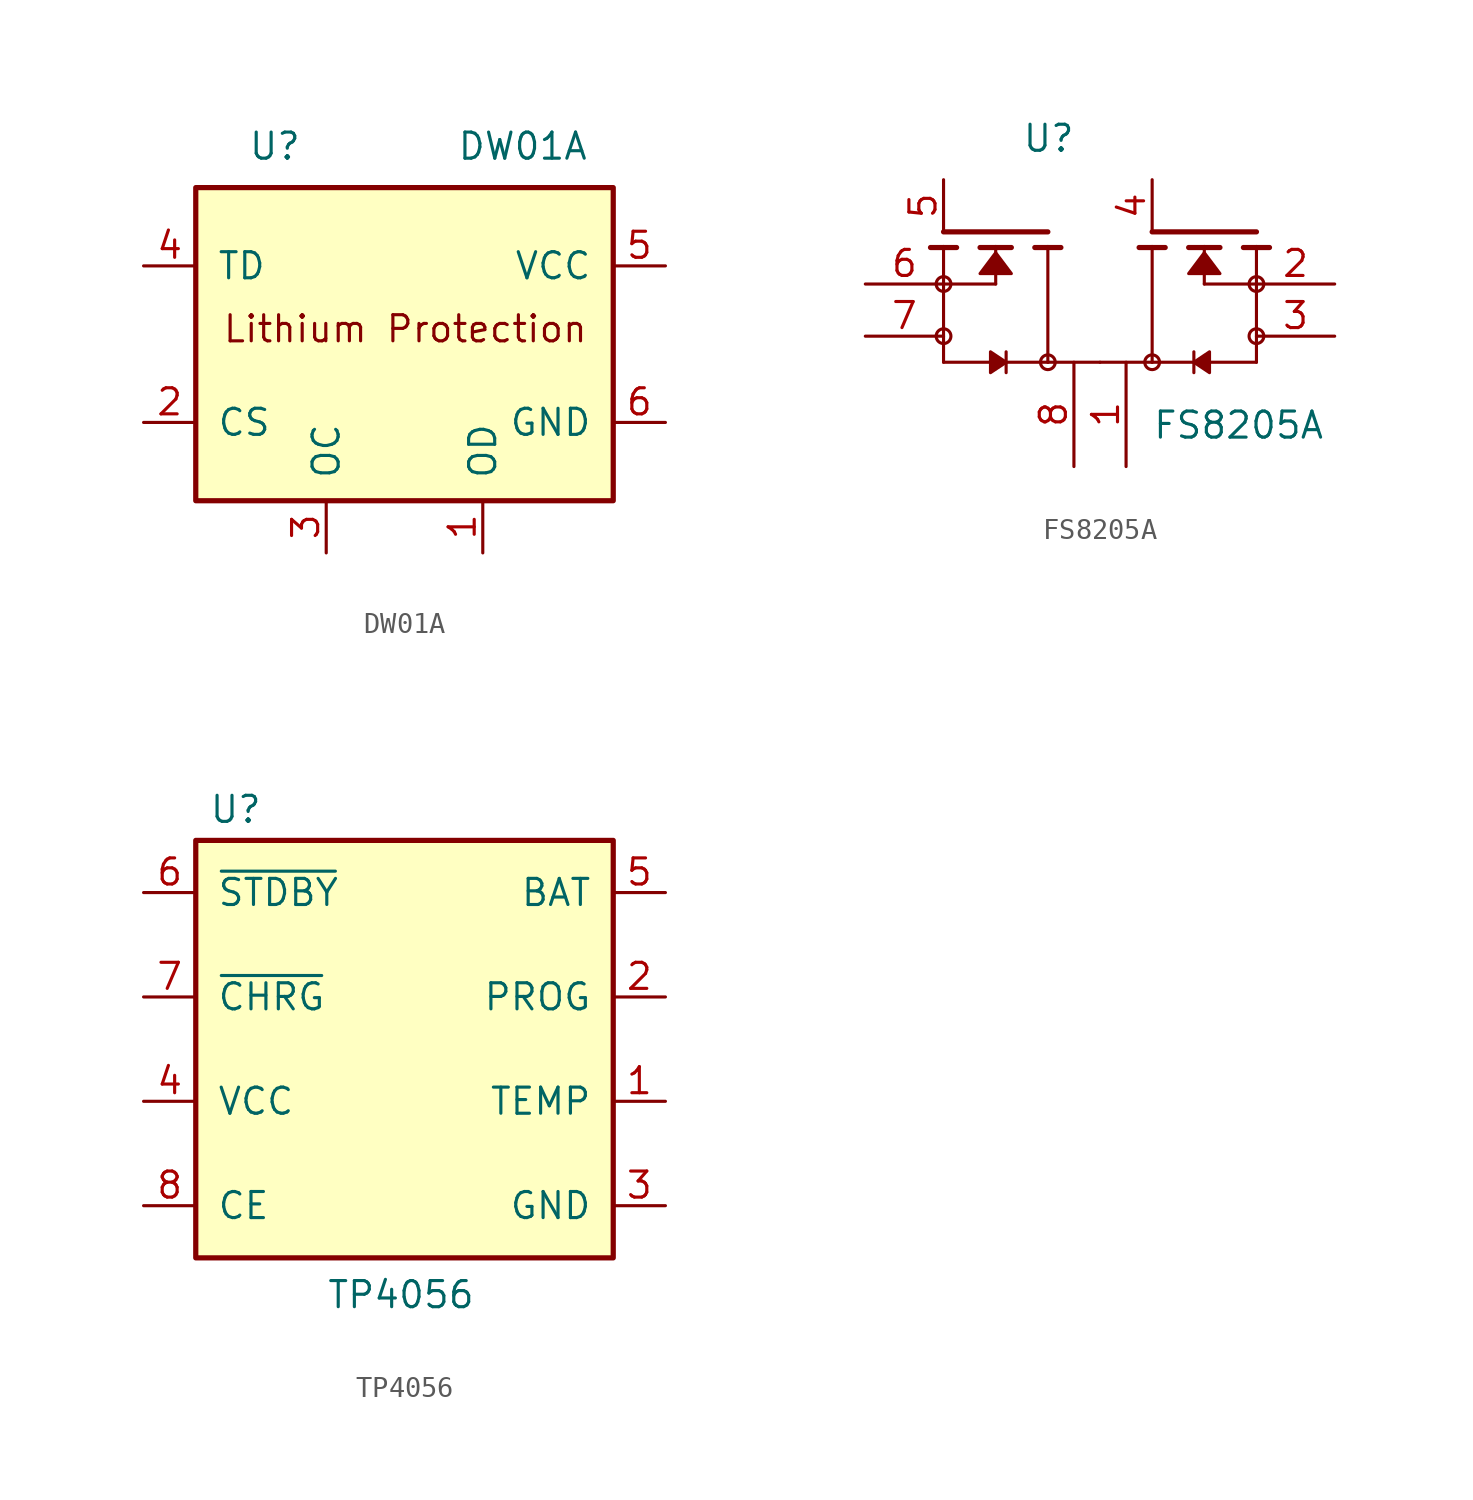
<source format=kicad_sym>
(kicad_symbol_lib
  (version 20220914)
  (generator kicad_symbol_editor)
  (symbol "DW01A"
    (pin_names
      (offset 1.016))
    (property "Reference" "U"
      (at -7.62 8.89 0)
      (effects (font (size 1.27 1.27)) (justify left bottom)))
    (property "Value" "DW01A"
      (at 2.54 8.89 0)
      (effects (font (size 1.27 1.27)) (justify left bottom)))
    (symbol "DW01A_0_0"
      (rectangle (start -10.16 7.62) (end 10.16 -7.62) (stroke (width 0.254) (type default)) (fill (type background))))
    (symbol "DW01A_1_0"
      (text "Lithium Protection" (at -8.89 0 0) (effects (font (size 1.27 1.27)) (justify left bottom)))
      (pin bidirectional line (at 3.81 -10.16 90) (length 2.54) (name "OD" (effects (font (size 1.27 1.27)))) (number "1" (effects (font (size 1.27 1.27)))))
      (pin bidirectional line (at -12.7 -3.81 0) (length 2.54) (name "CS" (effects (font (size 1.27 1.27)))) (number "2" (effects (font (size 1.27 1.27)))))
      (pin bidirectional line (at -3.81 -10.16 90) (length 2.54) (name "OC" (effects (font (size 1.27 1.27)))) (number "3" (effects (font (size 1.27 1.27)))))
      (pin bidirectional line (at -12.7 3.81 0) (length 2.54) (name "TD" (effects (font (size 1.27 1.27)))) (number "4" (effects (font (size 1.27 1.27)))))
      (pin power_in line (at 12.7 3.81 180) (length 2.54) (name "VCC" (effects (font (size 1.27 1.27)))) (number "5" (effects (font (size 1.27 1.27)))))
      (pin power_in line (at 12.7 -3.81 180) (length 2.54) (name "GND" (effects (font (size 1.27 1.27)))) (number "6" (effects (font (size 1.27 1.27)))))))
  (symbol "FS8205A"
    (pin_names
      (offset 1.016))
    (property "Reference" "U"
      (at -3.81 7.62 0)
      (effects (font (size 1.27 1.27)) (justify left bottom)))
    (property "Value" "FS8205A"
      (at 2.54 -6.35 0)
      (effects (font (size 1.27 1.27)) (justify left bottom)))
    (symbol "FS8205A_0_0"
      (circle (center -7.62 -1.27) (radius 0.359) (stroke (width 0) (type default)) (fill (type none)))
      (circle (center -7.62 1.27) (radius 0.359) (stroke (width 0) (type default)) (fill (type none)))
      (circle (center -2.54 -2.54) (radius 0.359) (stroke (width 0) (type default)) (fill (type none)))
      (polyline (pts (xy -7.62 1.27) (xy -7.62 -2.54)) (stroke (width 0.152) (type default)) (fill (type none)))
      (polyline (pts (xy -7.62 1.27) (xy -7.62 3.048)) (stroke (width 0.152) (type default)) (fill (type none)))
      (polyline (pts (xy -7.62 3.048) (xy -8.255 3.048)) (stroke (width 0.254) (type default)) (fill (type none)))
      (polyline (pts (xy -6.985 3.048) (xy -7.62 3.048)) (stroke (width 0.254) (type default)) (fill (type none)))
      (polyline (pts (xy -5.08 1.27) (xy -7.62 1.27)) (stroke (width 0.152) (type default)) (fill (type none)))
      (polyline (pts (xy -5.08 3.048) (xy -5.842 3.048)) (stroke (width 0.254) (type default)) (fill (type none)))
      (polyline (pts (xy -5.08 3.048) (xy -5.08 1.27)) (stroke (width 0.152) (type default)) (fill (type none)))
      (polyline (pts (xy -4.572 -3.048) (xy -4.572 -2.54)) (stroke (width 0.152) (type default)) (fill (type none)))
      (polyline (pts (xy -4.572 -2.54) (xy -7.62 -2.54)) (stroke (width 0.152) (type default)) (fill (type none)))
      (polyline (pts (xy -4.572 -2.54) (xy -4.572 -2.032)) (stroke (width 0.152) (type default)) (fill (type none)))
      (polyline (pts (xy -4.318 3.048) (xy -5.08 3.048)) (stroke (width 0.254) (type default)) (fill (type none)))
      (polyline (pts (xy -2.54 -2.54) (xy -4.572 -2.54)) (stroke (width 0.152) (type default)) (fill (type none)))
      (polyline (pts (xy -2.54 -2.54) (xy 0 -2.54)) (stroke (width 0.152) (type default)) (fill (type none)))
      (polyline (pts (xy -2.54 3.048) (xy -3.175 3.048)) (stroke (width 0.254) (type default)) (fill (type none)))
      (polyline (pts (xy -2.54 3.048) (xy -2.54 -2.54)) (stroke (width 0.152) (type default)) (fill (type none)))
      (polyline (pts (xy -2.54 3.81) (xy -7.62 3.81)) (stroke (width 0.254) (type default)) (fill (type none)))
      (polyline (pts (xy -1.905 3.048) (xy -2.54 3.048)) (stroke (width 0.254) (type default)) (fill (type none)))
      (polyline (pts (xy 0 -2.54) (xy 2.54 -2.54)) (stroke (width 0.152) (type default)) (fill (type none)))
      (polyline (pts (xy 2.54 -2.54) (xy 2.54 3.048)) (stroke (width 0.152) (type default)) (fill (type none)))
      (polyline (pts (xy 2.54 -2.54) (xy 4.572 -2.54)) (stroke (width 0.152) (type default)) (fill (type none)))
      (polyline (pts (xy 2.54 3.048) (xy 1.905 3.048)) (stroke (width 0.254) (type default)) (fill (type none)))
      (polyline (pts (xy 3.175 3.048) (xy 2.54 3.048)) (stroke (width 0.254) (type default)) (fill (type none)))
      (polyline (pts (xy 4.572 -2.54) (xy 4.572 -3.048)) (stroke (width 0.152) (type default)) (fill (type none)))
      (polyline (pts (xy 4.572 -2.54) (xy 7.62 -2.54)) (stroke (width 0.152) (type default)) (fill (type none)))
      (polyline (pts (xy 4.572 -2.032) (xy 4.572 -2.54)) (stroke (width 0.152) (type default)) (fill (type none)))
      (polyline (pts (xy 5.08 3.048) (xy 4.318 3.048)) (stroke (width 0.254) (type default)) (fill (type none)))
      (polyline (pts (xy 5.08 3.048) (xy 5.08 1.27)) (stroke (width 0.152) (type default)) (fill (type none)))
      (polyline (pts (xy 5.842 3.048) (xy 5.08 3.048)) (stroke (width 0.254) (type default)) (fill (type none)))
      (polyline (pts (xy 7.62 1.27) (xy 5.08 1.27)) (stroke (width 0.152) (type default)) (fill (type none)))
      (polyline (pts (xy 7.62 3.048) (xy 6.985 3.048)) (stroke (width 0.254) (type default)) (fill (type none)))
      (polyline (pts (xy 7.62 3.048) (xy 7.62 -2.54)) (stroke (width 0.152) (type default)) (fill (type none)))
      (polyline (pts (xy 7.62 3.81) (xy 2.54 3.81)) (stroke (width 0.254) (type default)) (fill (type none)))
      (polyline (pts (xy 8.255 3.048) (xy 7.62 3.048)) (stroke (width 0.254) (type default)) (fill (type none)))
      (polyline (pts (xy -5.08 2.794) (xy -4.318 1.778) (xy -5.842 1.778) (xy -5.08 2.794)) (stroke (width 0.152) (type default)) (fill (type outline)))
      (polyline (pts (xy -4.572 -2.54) (xy -5.334 -2.032) (xy -5.334 -3.048) (xy -4.572 -2.54)) (stroke (width 0.152) (type default)) (fill (type outline)))
      (polyline (pts (xy 4.572 -2.54) (xy 5.334 -3.048) (xy 5.334 -2.032) (xy 4.572 -2.54)) (stroke (width 0.152) (type default)) (fill (type outline)))
      (polyline (pts (xy 5.08 2.794) (xy 5.842 1.778) (xy 4.318 1.778) (xy 5.08 2.794)) (stroke (width 0.152) (type default)) (fill (type outline)))
      (circle (center 2.54 -2.54) (radius 0.359) (stroke (width 0) (type default)) (fill (type none)))
      (circle (center 7.62 -1.27) (radius 0.359) (stroke (width 0) (type default)) (fill (type none)))
      (circle (center 7.62 1.27) (radius 0.359) (stroke (width 0) (type default)) (fill (type none))))
    (symbol "FS8205A_1_0"
      (pin passive line (at 1.27 -7.62 90) (length 5.08) (name "~" (effects (font (size 1.27 1.27)))) (number "1" (effects (font (size 1.27 1.27)))))
      (pin passive line (at 11.43 1.27 180) (length 3.81) (name "~" (effects (font (size 1.27 1.27)))) (number "2" (effects (font (size 1.27 1.27)))) (alternate "7" passive line))
      (pin passive line (at 11.43 -1.27 180) (length 3.81) (name "~" (effects (font (size 1.27 1.27)))) (number "3" (effects (font (size 1.27 1.27)))) (alternate "7" passive line))
      (pin passive line (at 2.54 6.35 270) (length 2.54) (name "~" (effects (font (size 1.27 1.27)))) (number "4" (effects (font (size 1.27 1.27)))))
      (pin passive line (at -7.62 6.35 270) (length 2.54) (name "~" (effects (font (size 1.27 1.27)))) (number "5" (effects (font (size 1.27 1.27)))))
      (pin passive line (at -11.43 1.27 0) (length 3.81) (name "~" (effects (font (size 1.27 1.27)))) (number "6" (effects (font (size 1.27 1.27)))))
      (pin passive line (at -11.43 -1.27 0) (length 3.81) (name "~" (effects (font (size 1.27 1.27)))) (number "7" (effects (font (size 1.27 1.27)))))
      (pin passive line (at -1.27 -7.62 90) (length 5.08) (name "~" (effects (font (size 1.27 1.27)))) (number "8" (effects (font (size 1.27 1.27)))))))
  (symbol "TP4056"
    (pin_names
      (offset 1.016))
    (property "Reference" "U"
      (at -9.525 10.922 0)
      (effects (font (size 1.27 1.27)) (justify left bottom)))
    (property "Value" "TP4056"
      (at -3.81 -12.7 0)
      (effects (font (size 1.27 1.27)) (justify left bottom)))
    (symbol "TP4056_0_0"
      (rectangle (start -10.16 10.16) (end 10.16 -10.16) (stroke (width 0.254) (type default)) (fill (type background))))
    (symbol "TP4056_1_0"
      (pin input line (at 12.7 -2.54 180) (length 2.54) (name "TEMP" (effects (font (size 1.27 1.27)))) (number "1" (effects (font (size 1.27 1.27)))))
      (pin bidirectional line (at 12.7 2.54 180) (length 2.54) (name "PROG" (effects (font (size 1.27 1.27)))) (number "2" (effects (font (size 1.27 1.27)))))
      (pin power_in line (at 12.7 -7.62 180) (length 2.54) (name "GND" (effects (font (size 1.27 1.27)))) (number "3" (effects (font (size 1.27 1.27)))))
      (pin power_in line (at -12.7 -2.54 0) (length 2.54) (name "VCC" (effects (font (size 1.27 1.27)))) (number "4" (effects (font (size 1.27 1.27)))))
      (pin output line (at 12.7 7.62 180) (length 2.54) (name "BAT" (effects (font (size 1.27 1.27)))) (number "5" (effects (font (size 1.27 1.27)))))
      (pin output line (at -12.7 7.62 0) (length 2.54) (name "~{STDBY}" (effects (font (size 1.27 1.27)))) (number "6" (effects (font (size 1.27 1.27)))))
      (pin output line (at -12.7 2.54 0) (length 2.54) (name "~{CHRG}" (effects (font (size 1.27 1.27)))) (number "7" (effects (font (size 1.27 1.27)))))
      (pin input line (at -12.7 -7.62 0) (length 2.54) (name "CE" (effects (font (size 1.27 1.27)))) (number "8" (effects (font (size 1.27 1.27))))))))
</source>
